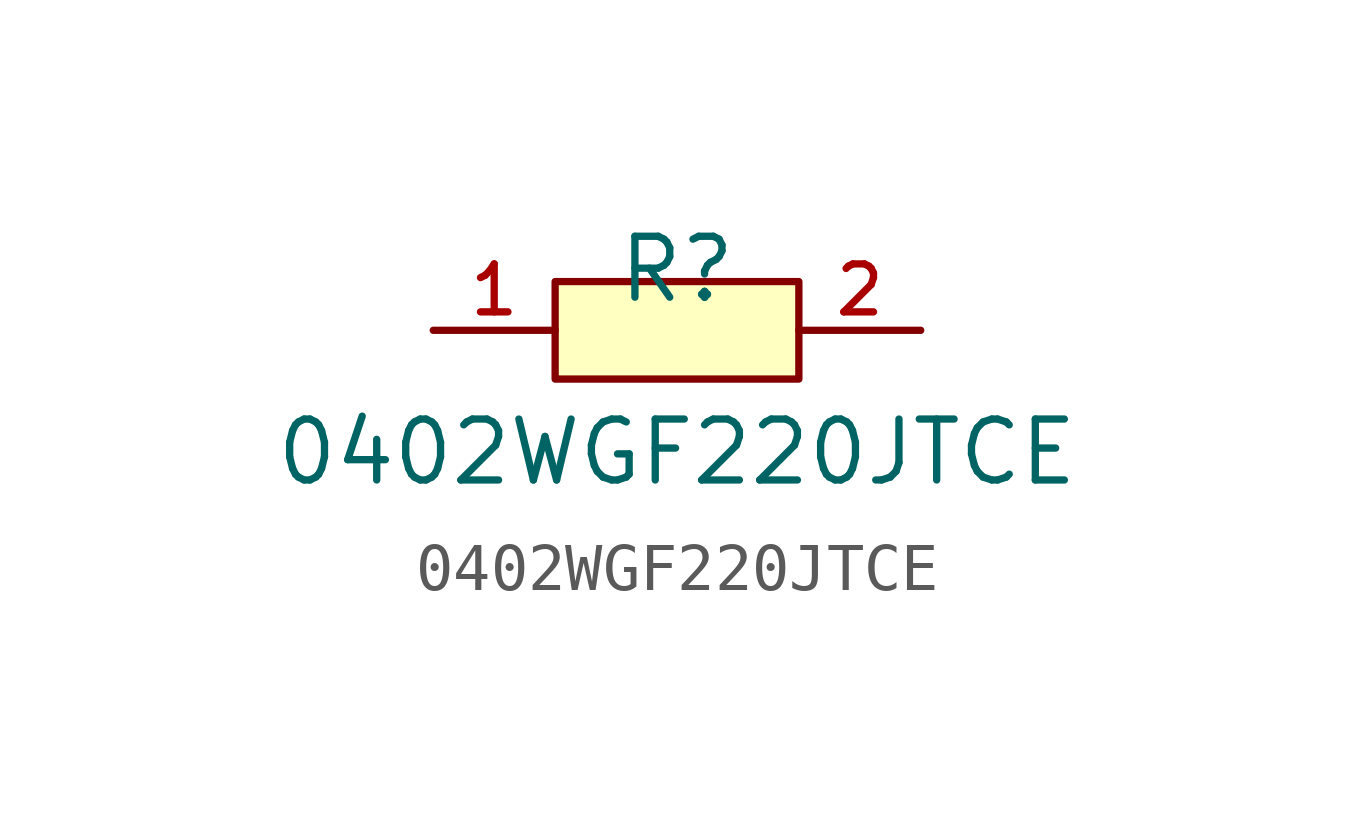
<source format=kicad_sym>
(kicad_symbol_lib
  (version 20220914)
  (generator kicad_symbol_editor)
  (symbol "0402WGF220JTCE"
    (pin_names hide)
    (property "Reference" "R"
      (at 0 1.27 0)
      (effects (font (size 1.27 1.27))))
    (property "Value" "0402WGF220JTCE"
      (at 0 -2.54 0)
      (effects (font (size 1.27 1.27))))
    (symbol "0402WGF220JTCE_0_1"
      (rectangle (start -2.54 1.016) (end 2.54 -1.016) (stroke (width 0) (type default)) (fill (type background))))
    (symbol "0402WGF220JTCE_1_1"
      (pin passive line (at -5.08 0 0) (length 2.54) (name "1" (effects (font (size 1 1)))) (number "1" (effects (font (size 1 1)))))
      (pin passive line (at 5.08 0 180) (length 2.54) (name "2" (effects (font (size 1 1)))) (number "2" (effects (font (size 1 1))))))))
</source>
